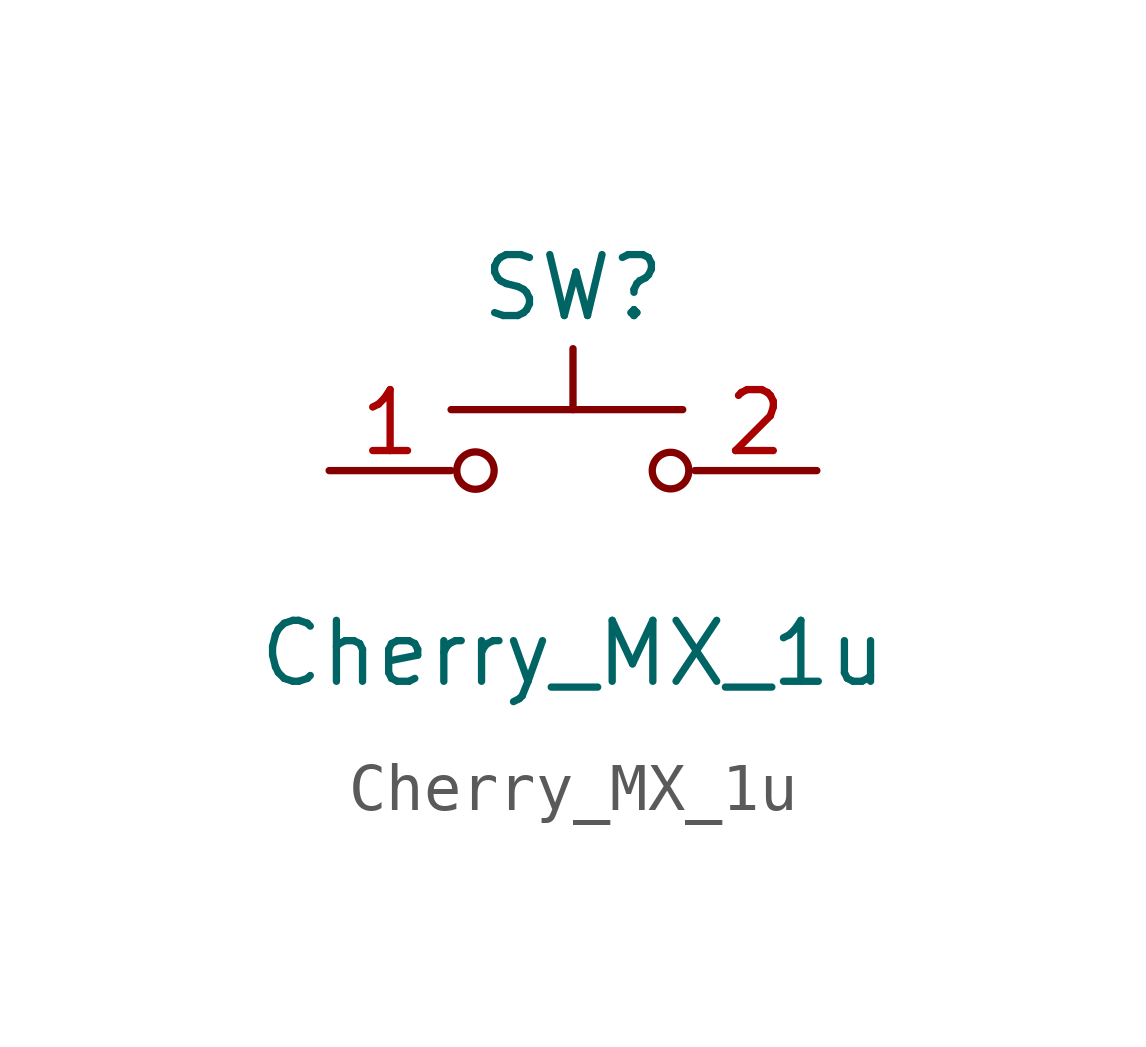
<source format=kicad_sym>
(kicad_symbol_lib
  (version 20211014)
  (generator kicad_symbol_editor)
  (symbol "Cherry_MX_1u"
    (property "Reference" "SW"
      (at 0 3.81 0)
      (effects (font (size 1.27 1.27))))
    (property "Value" "Cherry_MX_1u"
      (at 0 -3.81 0)
      (effects (font (size 1.27 1.27))))
    (symbol "Cherry_MX_1u_0_1"
      (circle (center -2.032 0) (radius 0.389) (stroke (width 0) (type default) (color 0 0 0 0)) (fill (type none)))
      (polyline (pts (xy -2.54 1.27) (xy 2.286 1.27)) (stroke (width 0) (type default) (color 0 0 0 0)) (fill (type none)))
      (polyline (pts (xy 0 1.27) (xy 0 2.54)) (stroke (width 0) (type default) (color 0 0 0 0)) (fill (type none)))
      (circle (center 2.032 0) (radius 0.381) (stroke (width 0) (type default) (color 0 0 0 0)) (fill (type none))))
    (symbol "Cherry_MX_1u_1_1"
      (pin passive line (at -5.08 0 0) (length 2.54) (name "" (effects (font (size 1.27 1.27)))) (number "1" (effects (font (size 1.27 1.27)))))
      (pin passive line (at 5.08 0 180) (length 2.54) (name "" (effects (font (size 1.27 1.27)))) (number "2" (effects (font (size 1.27 1.27))))))))
</source>
